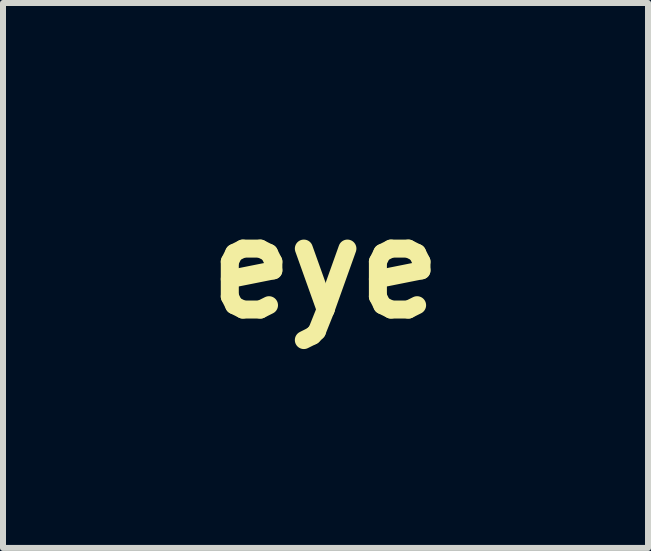
<source format=kicad_pcb>
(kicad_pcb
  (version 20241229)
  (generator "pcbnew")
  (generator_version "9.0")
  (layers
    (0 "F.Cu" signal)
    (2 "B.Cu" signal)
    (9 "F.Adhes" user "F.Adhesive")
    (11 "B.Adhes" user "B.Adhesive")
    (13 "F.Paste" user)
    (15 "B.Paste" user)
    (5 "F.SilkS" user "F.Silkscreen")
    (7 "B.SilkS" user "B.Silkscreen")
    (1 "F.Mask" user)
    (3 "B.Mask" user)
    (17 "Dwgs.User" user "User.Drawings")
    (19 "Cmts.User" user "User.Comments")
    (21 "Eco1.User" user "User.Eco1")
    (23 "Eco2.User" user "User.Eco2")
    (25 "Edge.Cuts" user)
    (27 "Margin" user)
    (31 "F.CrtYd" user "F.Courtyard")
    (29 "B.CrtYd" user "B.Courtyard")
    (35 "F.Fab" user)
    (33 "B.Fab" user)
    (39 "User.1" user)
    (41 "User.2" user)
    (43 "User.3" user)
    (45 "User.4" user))
  (footprint "eye"
    (layer "F.Cu")
    (at 2.375 1.418)
    (property "Reference" "eye" (at 0 0 0) (layer "F.SilkS") (effects (font (size 1.524 1.524) (thickness 0.3))))
    (attr through_hole)
    (fp_poly (pts (xy 0.29 -1.335) (xy 0.509 -1.323) (xy 0.69 -1.299) (xy 0.864 -1.259) (xy 1.044 -1.203) (xy 1.447 -1.037) (xy 1.786 -0.828) (xy 2.055 -0.586) (xy 2.245 -0.318) (xy 2.351 -0.034) (xy 2.366 0.259) (xy 2.34 0.393) (xy 2.207 0.697) (xy 1.987 0.97) (xy 1.689 1.206) (xy 1.324 1.398) (xy 0.904 1.541) (xy 0.438 1.629) (xy 0.154 1.651) (xy -0.091 1.656) (xy -0.329 1.65) (xy -0.519 1.635) (xy -0.571 1.627) (xy -1.022 1.514) (xy -1.421 1.353) (xy -1.76 1.152) (xy -2.032 0.916) (xy -2.229 0.655) (xy -2.344 0.375) (xy -2.37 0.084) (xy -2.34 -0.088) (xy -2.207 -0.392) (xy -1.982 -0.668) (xy -1.673 -0.91) (xy -1.287 -1.111) (xy -1.041 -1.203) (xy -0.848 -1.263) (xy -0.676 -1.302) (xy -0.494 -1.325) (xy -0.271 -1.335) (xy 0 -1.338) (xy 0.29 -1.335)) (stroke (width 0.01) (type solid)) (fill yes) (layer "B.Mask")))
  (gr_rect
    (start -3 -3)
    (end 7.746 6.079)
    (stroke (width 0.1) (type default))
    (fill no)
    (layer "Edge.Cuts")))
</source>
